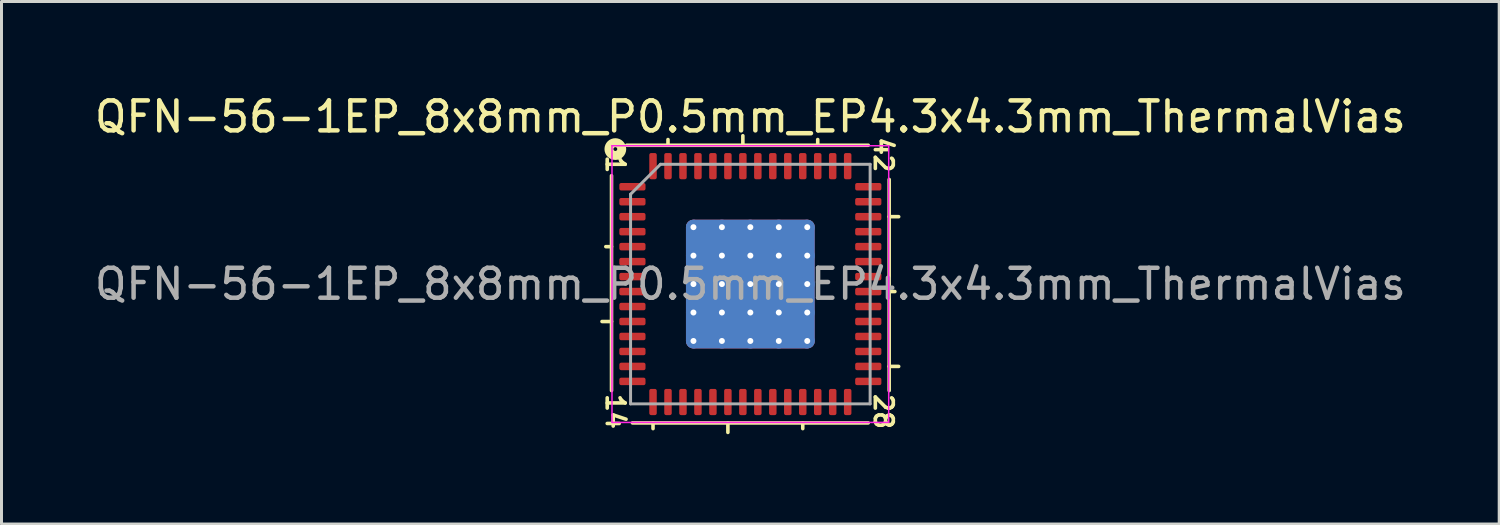
<source format=kicad_pcb>
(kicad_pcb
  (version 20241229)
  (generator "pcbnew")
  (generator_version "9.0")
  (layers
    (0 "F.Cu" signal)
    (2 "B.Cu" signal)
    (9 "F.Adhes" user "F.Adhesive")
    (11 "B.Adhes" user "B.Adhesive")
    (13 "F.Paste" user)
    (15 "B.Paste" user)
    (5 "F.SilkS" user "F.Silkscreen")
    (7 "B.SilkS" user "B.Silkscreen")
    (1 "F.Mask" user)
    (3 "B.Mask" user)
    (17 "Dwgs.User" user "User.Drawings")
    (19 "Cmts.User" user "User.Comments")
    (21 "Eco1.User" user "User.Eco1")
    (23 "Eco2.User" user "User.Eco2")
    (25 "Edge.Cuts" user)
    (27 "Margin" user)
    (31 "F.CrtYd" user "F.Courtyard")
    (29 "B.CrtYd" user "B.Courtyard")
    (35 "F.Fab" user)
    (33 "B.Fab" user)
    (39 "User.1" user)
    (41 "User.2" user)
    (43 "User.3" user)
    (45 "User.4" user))
  (footprint "QFN-56-1EP_8x8mm_P0.5mm_EP4.3x4.3mm_ThermalVias"
    (layer "F.Cu")
    (at 22.006 6.436)
    (property "Reference" "QFN-56-1EP_8x8mm_P0.5mm_EP4.3x4.3mm_ThermalVias" (at 0 -5.588 0) (layer "F.SilkS") (effects (font (size 1 1) (thickness 0.15))))
    (attr smd)
    (fp_line (start -4.636 -3.619) (end -4.636 3.556) (stroke (width 0.12) (type solid)) (layer "F.SilkS"))
    (fp_line (start -4.636 -1.25) (end -4.826 -1.25) (stroke (width 0.12) (type solid)) (layer "F.SilkS"))
    (fp_line (start -4.636 1.25) (end -4.953 1.25) (stroke (width 0.12) (type solid)) (layer "F.SilkS"))
    (fp_line (start -3.937 4.636) (end 3.937 4.636) (stroke (width 0.12) (type solid)) (layer "F.SilkS"))
    (fp_line (start -3.25 4.826) (end -3.25 4.636) (stroke (width 0.12) (type solid)) (layer "F.SilkS"))
    (fp_line (start -2.75 -4.636) (end -2.75 -4.826) (stroke (width 0.12) (type solid)) (layer "F.SilkS"))
    (fp_line (start -0.75 4.953) (end -0.75 4.636) (stroke (width 0.12) (type solid)) (layer "F.SilkS"))
    (fp_line (start -0.25 -4.636) (end -0.25 -4.953) (stroke (width 0.12) (type solid)) (layer "F.SilkS"))
    (fp_line (start 1.75 4.826) (end 1.75 4.636) (stroke (width 0.12) (type solid)) (layer "F.SilkS"))
    (fp_line (start 2.25 -4.636) (end 2.25 -4.826) (stroke (width 0.12) (type solid)) (layer "F.SilkS"))
    (fp_line (start 3.937 -4.636) (end -4.128 -4.636) (stroke (width 0.12) (type solid)) (layer "F.SilkS"))
    (fp_line (start 4.636 -2.25) (end 4.953 -2.25) (stroke (width 0.12) (type solid)) (layer "F.SilkS"))
    (fp_line (start 4.636 0.25) (end 4.826 0.25) (stroke (width 0.12) (type solid)) (layer "F.SilkS"))
    (fp_line (start 4.636 2.75) (end 4.953 2.75) (stroke (width 0.12) (type solid)) (layer "F.SilkS"))
    (fp_line (start 4.636 3.556) (end 4.636 -3.493) (stroke (width 0.12) (type solid)) (layer "F.SilkS"))
    (fp_circle (center -4.508 -4.508) (end -4.445 -4.508) (stroke (width 0.3) (type solid)) (fill no) (layer "F.SilkS"))
    (fp_line (start -4.62 -4.62) (end -4.62 4.62) (stroke (width 0.05) (type solid)) (layer "F.CrtYd"))
    (fp_line (start -4.62 4.62) (end 4.62 4.62) (stroke (width 0.05) (type solid)) (layer "F.CrtYd"))
    (fp_line (start 4.62 -4.62) (end -4.62 -4.62) (stroke (width 0.05) (type solid)) (layer "F.CrtYd"))
    (fp_line (start 4.62 4.62) (end 4.62 -4.62) (stroke (width 0.05) (type solid)) (layer "F.CrtYd"))
    (fp_line (start -4 -3) (end -3 -4) (stroke (width 0.1) (type solid)) (layer "F.Fab"))
    (fp_line (start -4 4) (end -4 -3) (stroke (width 0.1) (type solid)) (layer "F.Fab"))
    (fp_line (start -3 -4) (end 4 -4) (stroke (width 0.1) (type solid)) (layer "F.Fab"))
    (fp_line (start 4 -4) (end 4 4) (stroke (width 0.1) (type solid)) (layer "F.Fab"))
    (fp_line (start 4 4) (end -4 4) (stroke (width 0.1) (type solid)) (layer "F.Fab"))
    (fp_text user "1" (at -4.508 -4 270) (unlocked yes) (layer "F.SilkS") (effects (font (size 0.6 0.6) (thickness 0.12))))
    (fp_text user "28" (at 4.445 4.255 270) (unlocked yes) (layer "F.SilkS") (effects (font (size 0.6 0.6) (thickness 0.12))))
    (fp_text user "42" (at 4.445 -4.318 270) (unlocked yes) (layer "F.SilkS") (effects (font (size 0.6 0.6) (thickness 0.12))))
    (fp_text user "14" (at -4.508 4.255 270) (unlocked yes) (layer "F.SilkS") (effects (font (size 0.6 0.6) (thickness 0.12))))
    (fp_text user "${REFERENCE}" (at 0 0 0) (layer "F.Fab") (effects (font (size 1 1) (thickness 0.15))))
    (pad "" smd custom (at -1.425 -1.425) (size 0.716 0.716) (layers "F.Paste") (options (anchor circle)) (primitives (gr_poly (pts (xy 0.299 -0.202) (xy 0.299 0.202) (xy 0.202 0.299) (xy -0.202 0.299) (xy -0.299 0.202) (xy -0.299 -0.202) (xy -0.202 -0.299) (xy 0.202 -0.299)) (width 0.234) (fill yes))))
    (pad "" smd custom (at -1.425 -0.475) (size 0.716 0.716) (layers "F.Paste") (options (anchor circle)) (primitives (gr_poly (pts (xy 0.299 -0.202) (xy 0.299 0.202) (xy 0.202 0.299) (xy -0.202 0.299) (xy -0.299 0.202) (xy -0.299 -0.202) (xy -0.202 -0.299) (xy 0.202 -0.299)) (width 0.234) (fill yes))))
    (pad "" smd custom (at -1.425 0.475) (size 0.716 0.716) (layers "F.Paste") (options (anchor circle)) (primitives (gr_poly (pts (xy 0.299 -0.202) (xy 0.299 0.202) (xy 0.202 0.299) (xy -0.202 0.299) (xy -0.299 0.202) (xy -0.299 -0.202) (xy -0.202 -0.299) (xy 0.202 -0.299)) (width 0.234) (fill yes))))
    (pad "" smd custom (at -1.425 1.425) (size 0.716 0.716) (layers "F.Paste") (options (anchor circle)) (primitives (gr_poly (pts (xy 0.299 -0.202) (xy 0.299 0.202) (xy 0.202 0.299) (xy -0.202 0.299) (xy -0.299 0.202) (xy -0.299 -0.202) (xy -0.202 -0.299) (xy 0.202 -0.299)) (width 0.234) (fill yes))))
    (pad "" smd custom (at -0.475 -1.425) (size 0.716 0.716) (layers "F.Paste") (options (anchor circle)) (primitives (gr_poly (pts (xy 0.299 -0.202) (xy 0.299 0.202) (xy 0.202 0.299) (xy -0.202 0.299) (xy -0.299 0.202) (xy -0.299 -0.202) (xy -0.202 -0.299) (xy 0.202 -0.299)) (width 0.234) (fill yes))))
    (pad "" smd custom (at -0.475 -0.475) (size 0.716 0.716) (layers "F.Paste") (options (anchor circle)) (primitives (gr_poly (pts (xy 0.299 -0.202) (xy 0.299 0.202) (xy 0.202 0.299) (xy -0.202 0.299) (xy -0.299 0.202) (xy -0.299 -0.202) (xy -0.202 -0.299) (xy 0.202 -0.299)) (width 0.234) (fill yes))))
    (pad "" smd custom (at -0.475 0.475) (size 0.716 0.716) (layers "F.Paste") (options (anchor circle)) (primitives (gr_poly (pts (xy 0.299 -0.202) (xy 0.299 0.202) (xy 0.202 0.299) (xy -0.202 0.299) (xy -0.299 0.202) (xy -0.299 -0.202) (xy -0.202 -0.299) (xy 0.202 -0.299)) (width 0.234) (fill yes))))
    (pad "" smd custom (at -0.475 1.425) (size 0.716 0.716) (layers "F.Paste") (options (anchor circle)) (primitives (gr_poly (pts (xy 0.299 -0.202) (xy 0.299 0.202) (xy 0.202 0.299) (xy -0.202 0.299) (xy -0.299 0.202) (xy -0.299 -0.202) (xy -0.202 -0.299) (xy 0.202 -0.299)) (width 0.234) (fill yes))))
    (pad "" smd custom (at 0.475 -1.425) (size 0.716 0.716) (layers "F.Paste") (options (anchor circle)) (primitives (gr_poly (pts (xy 0.299 -0.202) (xy 0.299 0.202) (xy 0.202 0.299) (xy -0.202 0.299) (xy -0.299 0.202) (xy -0.299 -0.202) (xy -0.202 -0.299) (xy 0.202 -0.299)) (width 0.234) (fill yes))))
    (pad "" smd custom (at 0.475 -0.475) (size 0.716 0.716) (layers "F.Paste") (options (anchor circle)) (primitives (gr_poly (pts (xy 0.299 -0.202) (xy 0.299 0.202) (xy 0.202 0.299) (xy -0.202 0.299) (xy -0.299 0.202) (xy -0.299 -0.202) (xy -0.202 -0.299) (xy 0.202 -0.299)) (width 0.234) (fill yes))))
    (pad "" smd custom (at 0.475 0.475) (size 0.716 0.716) (layers "F.Paste") (options (anchor circle)) (primitives (gr_poly (pts (xy 0.299 -0.202) (xy 0.299 0.202) (xy 0.202 0.299) (xy -0.202 0.299) (xy -0.299 0.202) (xy -0.299 -0.202) (xy -0.202 -0.299) (xy 0.202 -0.299)) (width 0.234) (fill yes))))
    (pad "" smd custom (at 0.475 1.425) (size 0.716 0.716) (layers "F.Paste") (options (anchor circle)) (primitives (gr_poly (pts (xy 0.299 -0.202) (xy 0.299 0.202) (xy 0.202 0.299) (xy -0.202 0.299) (xy -0.299 0.202) (xy -0.299 -0.202) (xy -0.202 -0.299) (xy 0.202 -0.299)) (width 0.234) (fill yes))))
    (pad "" smd custom (at 1.425 -1.425) (size 0.716 0.716) (layers "F.Paste") (options (anchor circle)) (primitives (gr_poly (pts (xy 0.299 -0.202) (xy 0.299 0.202) (xy 0.202 0.299) (xy -0.202 0.299) (xy -0.299 0.202) (xy -0.299 -0.202) (xy -0.202 -0.299) (xy 0.202 -0.299)) (width 0.234) (fill yes))))
    (pad "" smd custom (at 1.425 -0.475) (size 0.716 0.716) (layers "F.Paste") (options (anchor circle)) (primitives (gr_poly (pts (xy 0.299 -0.202) (xy 0.299 0.202) (xy 0.202 0.299) (xy -0.202 0.299) (xy -0.299 0.202) (xy -0.299 -0.202) (xy -0.202 -0.299) (xy 0.202 -0.299)) (width 0.234) (fill yes))))
    (pad "" smd custom (at 1.425 0.475) (size 0.716 0.716) (layers "F.Paste") (options (anchor circle)) (primitives (gr_poly (pts (xy 0.299 -0.202) (xy 0.299 0.202) (xy 0.202 0.299) (xy -0.202 0.299) (xy -0.299 0.202) (xy -0.299 -0.202) (xy -0.202 -0.299) (xy 0.202 -0.299)) (width 0.234) (fill yes))))
    (pad "" smd custom (at 1.425 1.425) (size 0.716 0.716) (layers "F.Paste") (options (anchor circle)) (primitives (gr_poly (pts (xy 0.299 -0.202) (xy 0.299 0.202) (xy 0.202 0.299) (xy -0.202 0.299) (xy -0.299 0.202) (xy -0.299 -0.202) (xy -0.202 -0.299) (xy 0.202 -0.299)) (width 0.234) (fill yes))))
    (pad "1" smd roundrect (at -3.938 -3.25) (size 0.875 0.25) (layers "F.Cu" "F.Mask" "F.Paste") (roundrect_rratio 0.25))
    (pad "2" smd roundrect (at -3.938 -2.75) (size 0.875 0.25) (layers "F.Cu" "F.Mask" "F.Paste") (roundrect_rratio 0.25))
    (pad "3" smd roundrect (at -3.938 -2.25) (size 0.875 0.25) (layers "F.Cu" "F.Mask" "F.Paste") (roundrect_rratio 0.25))
    (pad "4" smd roundrect (at -3.938 -1.75) (size 0.875 0.25) (layers "F.Cu" "F.Mask" "F.Paste") (roundrect_rratio 0.25))
    (pad "5" smd roundrect (at -3.938 -1.25) (size 0.875 0.25) (layers "F.Cu" "F.Mask" "F.Paste") (roundrect_rratio 0.25))
    (pad "6" smd roundrect (at -3.938 -0.75) (size 0.875 0.25) (layers "F.Cu" "F.Mask" "F.Paste") (roundrect_rratio 0.25))
    (pad "7" smd roundrect (at -3.938 -0.25) (size 0.875 0.25) (layers "F.Cu" "F.Mask" "F.Paste") (roundrect_rratio 0.25))
    (pad "8" smd roundrect (at -3.938 0.25) (size 0.875 0.25) (layers "F.Cu" "F.Mask" "F.Paste") (roundrect_rratio 0.25))
    (pad "9" smd roundrect (at -3.938 0.75) (size 0.875 0.25) (layers "F.Cu" "F.Mask" "F.Paste") (roundrect_rratio 0.25))
    (pad "10" smd roundrect (at -3.938 1.25) (size 0.875 0.25) (layers "F.Cu" "F.Mask" "F.Paste") (roundrect_rratio 0.25))
    (pad "11" smd roundrect (at -3.938 1.75) (size 0.875 0.25) (layers "F.Cu" "F.Mask" "F.Paste") (roundrect_rratio 0.25))
    (pad "12" smd roundrect (at -3.938 2.25) (size 0.875 0.25) (layers "F.Cu" "F.Mask" "F.Paste") (roundrect_rratio 0.25))
    (pad "13" smd roundrect (at -3.938 2.75) (size 0.875 0.25) (layers "F.Cu" "F.Mask" "F.Paste") (roundrect_rratio 0.25))
    (pad "14" smd roundrect (at -3.938 3.25) (size 0.875 0.25) (layers "F.Cu" "F.Mask" "F.Paste") (roundrect_rratio 0.25))
    (pad "15" smd roundrect (at -3.25 3.938) (size 0.25 0.875) (layers "F.Cu" "F.Mask" "F.Paste") (roundrect_rratio 0.25))
    (pad "16" smd roundrect (at -2.75 3.938) (size 0.25 0.875) (layers "F.Cu" "F.Mask" "F.Paste") (roundrect_rratio 0.25))
    (pad "17" smd roundrect (at -2.25 3.938) (size 0.25 0.875) (layers "F.Cu" "F.Mask" "F.Paste") (roundrect_rratio 0.25))
    (pad "18" smd roundrect (at -1.75 3.938) (size 0.25 0.875) (layers "F.Cu" "F.Mask" "F.Paste") (roundrect_rratio 0.25))
    (pad "19" smd roundrect (at -1.25 3.938) (size 0.25 0.875) (layers "F.Cu" "F.Mask" "F.Paste") (roundrect_rratio 0.25))
    (pad "20" smd roundrect (at -0.75 3.938) (size 0.25 0.875) (layers "F.Cu" "F.Mask" "F.Paste") (roundrect_rratio 0.25))
    (pad "21" smd roundrect (at -0.25 3.938) (size 0.25 0.875) (layers "F.Cu" "F.Mask" "F.Paste") (roundrect_rratio 0.25))
    (pad "22" smd roundrect (at 0.25 3.938) (size 0.25 0.875) (layers "F.Cu" "F.Mask" "F.Paste") (roundrect_rratio 0.25))
    (pad "23" smd roundrect (at 0.75 3.938) (size 0.25 0.875) (layers "F.Cu" "F.Mask" "F.Paste") (roundrect_rratio 0.25))
    (pad "24" smd roundrect (at 1.25 3.938) (size 0.25 0.875) (layers "F.Cu" "F.Mask" "F.Paste") (roundrect_rratio 0.25))
    (pad "25" smd roundrect (at 1.75 3.938) (size 0.25 0.875) (layers "F.Cu" "F.Mask" "F.Paste") (roundrect_rratio 0.25))
    (pad "26" smd roundrect (at 2.25 3.938) (size 0.25 0.875) (layers "F.Cu" "F.Mask" "F.Paste") (roundrect_rratio 0.25))
    (pad "27" smd roundrect (at 2.75 3.938) (size 0.25 0.875) (layers "F.Cu" "F.Mask" "F.Paste") (roundrect_rratio 0.25))
    (pad "28" smd roundrect (at 3.25 3.938) (size 0.25 0.875) (layers "F.Cu" "F.Mask" "F.Paste") (roundrect_rratio 0.25))
    (pad "29" smd roundrect (at 3.938 3.25) (size 0.875 0.25) (layers "F.Cu" "F.Mask" "F.Paste") (roundrect_rratio 0.25))
    (pad "30" smd roundrect (at 3.938 2.75) (size 0.875 0.25) (layers "F.Cu" "F.Mask" "F.Paste") (roundrect_rratio 0.25))
    (pad "31" smd roundrect (at 3.938 2.25) (size 0.875 0.25) (layers "F.Cu" "F.Mask" "F.Paste") (roundrect_rratio 0.25))
    (pad "32" smd roundrect (at 3.938 1.75) (size 0.875 0.25) (layers "F.Cu" "F.Mask" "F.Paste") (roundrect_rratio 0.25))
    (pad "33" smd roundrect (at 3.938 1.25) (size 0.875 0.25) (layers "F.Cu" "F.Mask" "F.Paste") (roundrect_rratio 0.25))
    (pad "34" smd roundrect (at 3.938 0.75) (size 0.875 0.25) (layers "F.Cu" "F.Mask" "F.Paste") (roundrect_rratio 0.25))
    (pad "35" smd roundrect (at 3.938 0.25) (size 0.875 0.25) (layers "F.Cu" "F.Mask" "F.Paste") (roundrect_rratio 0.25))
    (pad "36" smd roundrect (at 3.938 -0.25) (size 0.875 0.25) (layers "F.Cu" "F.Mask" "F.Paste") (roundrect_rratio 0.25))
    (pad "37" smd roundrect (at 3.938 -0.75) (size 0.875 0.25) (layers "F.Cu" "F.Mask" "F.Paste") (roundrect_rratio 0.25))
    (pad "38" smd roundrect (at 3.938 -1.25) (size 0.875 0.25) (layers "F.Cu" "F.Mask" "F.Paste") (roundrect_rratio 0.25))
    (pad "39" smd roundrect (at 3.938 -1.75) (size 0.875 0.25) (layers "F.Cu" "F.Mask" "F.Paste") (roundrect_rratio 0.25))
    (pad "40" smd roundrect (at 3.938 -2.25) (size 0.875 0.25) (layers "F.Cu" "F.Mask" "F.Paste") (roundrect_rratio 0.25))
    (pad "41" smd roundrect (at 3.938 -2.75) (size 0.875 0.25) (layers "F.Cu" "F.Mask" "F.Paste") (roundrect_rratio 0.25))
    (pad "42" smd roundrect (at 3.938 -3.25) (size 0.875 0.25) (layers "F.Cu" "F.Mask" "F.Paste") (roundrect_rratio 0.25))
    (pad "43" smd roundrect (at 3.25 -3.938) (size 0.25 0.875) (layers "F.Cu" "F.Mask" "F.Paste") (roundrect_rratio 0.25))
    (pad "44" smd roundrect (at 2.75 -3.938) (size 0.25 0.875) (layers "F.Cu" "F.Mask" "F.Paste") (roundrect_rratio 0.25))
    (pad "45" smd roundrect (at 2.25 -3.938) (size 0.25 0.875) (layers "F.Cu" "F.Mask" "F.Paste") (roundrect_rratio 0.25))
    (pad "46" smd roundrect (at 1.75 -3.938) (size 0.25 0.875) (layers "F.Cu" "F.Mask" "F.Paste") (roundrect_rratio 0.25))
    (pad "47" smd roundrect (at 1.25 -3.938) (size 0.25 0.875) (layers "F.Cu" "F.Mask" "F.Paste") (roundrect_rratio 0.25))
    (pad "48" smd roundrect (at 0.75 -3.938) (size 0.25 0.875) (layers "F.Cu" "F.Mask" "F.Paste") (roundrect_rratio 0.25))
    (pad "49" smd roundrect (at 0.25 -3.938) (size 0.25 0.875) (layers "F.Cu" "F.Mask" "F.Paste") (roundrect_rratio 0.25))
    (pad "50" smd roundrect (at -0.25 -3.938) (size 0.25 0.875) (layers "F.Cu" "F.Mask" "F.Paste") (roundrect_rratio 0.25))
    (pad "51" smd roundrect (at -0.75 -3.938) (size 0.25 0.875) (layers "F.Cu" "F.Mask" "F.Paste") (roundrect_rratio 0.25))
    (pad "52" smd roundrect (at -1.25 -3.938) (size 0.25 0.875) (layers "F.Cu" "F.Mask" "F.Paste") (roundrect_rratio 0.25))
    (pad "53" smd roundrect (at -1.75 -3.938) (size 0.25 0.875) (layers "F.Cu" "F.Mask" "F.Paste") (roundrect_rratio 0.25))
    (pad "54" smd roundrect (at -2.25 -3.938) (size 0.25 0.875) (layers "F.Cu" "F.Mask" "F.Paste") (roundrect_rratio 0.25))
    (pad "55" smd roundrect (at -2.75 -3.938) (size 0.25 0.875) (layers "F.Cu" "F.Mask" "F.Paste") (roundrect_rratio 0.25))
    (pad "56" smd roundrect (at -3.25 -3.938) (size 0.25 0.875) (layers "F.Cu" "F.Mask" "F.Paste") (roundrect_rratio 0.25))
    (pad "57" thru_hole circle (at -1.9 -1.9) (size 0.5 0.5) (drill 0.2) (layers "*.Cu"))
    (pad "57" thru_hole circle (at -1.9 -0.95) (size 0.5 0.5) (drill 0.2) (layers "*.Cu"))
    (pad "57" thru_hole circle (at -1.9 0) (size 0.5 0.5) (drill 0.2) (layers "*.Cu"))
    (pad "57" thru_hole circle (at -1.9 0.95) (size 0.5 0.5) (drill 0.2) (layers "*.Cu"))
    (pad "57" thru_hole circle (at -1.9 1.9) (size 0.5 0.5) (drill 0.2) (layers "*.Cu"))
    (pad "57" thru_hole circle (at -0.95 -1.9) (size 0.5 0.5) (drill 0.2) (layers "*.Cu"))
    (pad "57" thru_hole circle (at -0.95 -0.95) (size 0.5 0.5) (drill 0.2) (layers "*.Cu"))
    (pad "57" thru_hole circle (at -0.95 0) (size 0.5 0.5) (drill 0.2) (layers "*.Cu"))
    (pad "57" thru_hole circle (at -0.95 0.95) (size 0.5 0.5) (drill 0.2) (layers "*.Cu"))
    (pad "57" thru_hole circle (at -0.95 1.9) (size 0.5 0.5) (drill 0.2) (layers "*.Cu"))
    (pad "57" thru_hole circle (at 0 -1.9) (size 0.5 0.5) (drill 0.2) (layers "*.Cu"))
    (pad "57" thru_hole circle (at 0 -0.95) (size 0.5 0.5) (drill 0.2) (layers "*.Cu"))
    (pad "57" thru_hole circle (at 0 0) (size 0.5 0.5) (drill 0.2) (layers "*.Cu"))
    (pad "57" smd roundrect (at 0 0) (size 4.3 4.3) (layers "F.Cu" "F.Mask") (roundrect_rratio 0.058))
    (pad "57" smd roundrect (at 0 0) (size 4.3 4.3) (layers "B.Cu" "B.Mask") (roundrect_rratio 0.058))
    (pad "57" thru_hole circle (at 0 0.95) (size 0.5 0.5) (drill 0.2) (layers "*.Cu"))
    (pad "57" thru_hole circle (at 0 1.9) (size 0.5 0.5) (drill 0.2) (layers "*.Cu"))
    (pad "57" thru_hole circle (at 0.95 -1.9) (size 0.5 0.5) (drill 0.2) (layers "*.Cu"))
    (pad "57" thru_hole circle (at 0.95 -0.95) (size 0.5 0.5) (drill 0.2) (layers "*.Cu"))
    (pad "57" thru_hole circle (at 0.95 0) (size 0.5 0.5) (drill 0.2) (layers "*.Cu"))
    (pad "57" thru_hole circle (at 0.95 0.95) (size 0.5 0.5) (drill 0.2) (layers "*.Cu"))
    (pad "57" thru_hole circle (at 0.95 1.9) (size 0.5 0.5) (drill 0.2) (layers "*.Cu"))
    (pad "57" thru_hole circle (at 1.9 -1.9) (size 0.5 0.5) (drill 0.2) (layers "*.Cu"))
    (pad "57" thru_hole circle (at 1.9 -0.95) (size 0.5 0.5) (drill 0.2) (layers "*.Cu"))
    (pad "57" thru_hole circle (at 1.9 0) (size 0.5 0.5) (drill 0.2) (layers "*.Cu"))
    (pad "57" thru_hole circle (at 1.9 0.95) (size 0.5 0.5) (drill 0.2) (layers "*.Cu"))
    (pad "57" thru_hole circle (at 1.9 1.9) (size 0.5 0.5) (drill 0.2) (layers "*.Cu")))
  (gr_rect
    (start -3 -3)
    (end 47.012 14.449)
    (stroke (width 0.1) (type default))
    (fill no)
    (layer "Edge.Cuts")))
</source>
